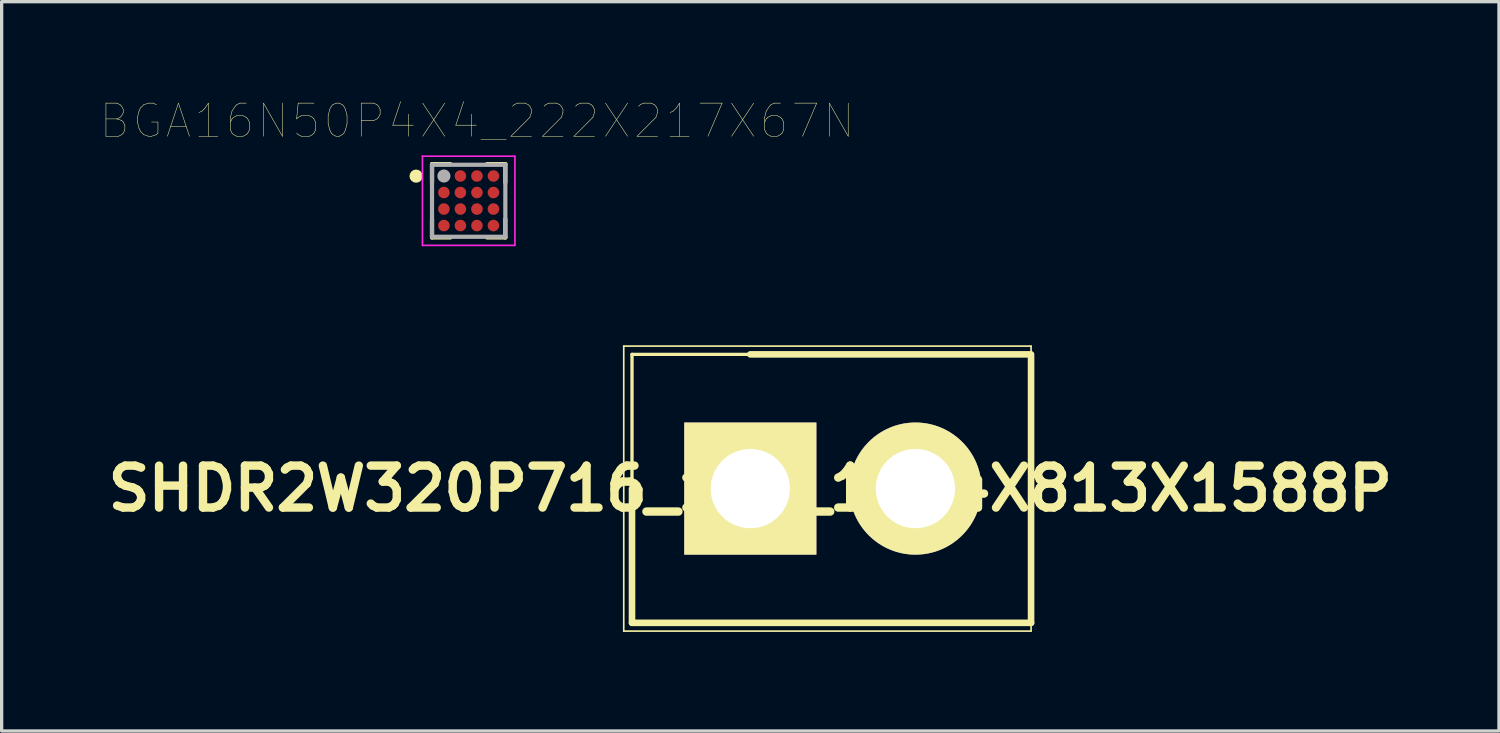
<source format=kicad_pcb>
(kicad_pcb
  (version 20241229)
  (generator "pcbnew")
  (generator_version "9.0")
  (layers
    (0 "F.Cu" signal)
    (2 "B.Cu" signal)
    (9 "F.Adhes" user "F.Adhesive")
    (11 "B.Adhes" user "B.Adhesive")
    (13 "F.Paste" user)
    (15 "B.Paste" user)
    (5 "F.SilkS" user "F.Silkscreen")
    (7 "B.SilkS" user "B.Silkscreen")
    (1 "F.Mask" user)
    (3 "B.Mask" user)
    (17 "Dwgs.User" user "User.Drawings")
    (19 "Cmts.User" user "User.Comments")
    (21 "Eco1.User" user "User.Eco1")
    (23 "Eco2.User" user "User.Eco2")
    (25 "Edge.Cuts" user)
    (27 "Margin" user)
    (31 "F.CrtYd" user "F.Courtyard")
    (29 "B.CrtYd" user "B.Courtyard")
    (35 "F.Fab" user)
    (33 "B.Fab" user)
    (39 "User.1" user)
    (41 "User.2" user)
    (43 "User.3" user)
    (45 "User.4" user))
  (footprint "SHDR2W320P716_1X2_1574X813X1588P"
    (layer "F.Cu")
    (at 19.667 11.743)
    (property "Reference" "SHDR2W320P716_1X2_1574X813X1588P" (at 0 0 0) (unlocked yes) (layer "F.SilkS") (effects (font (size 1.27 1.27) (thickness 0.254))))
    (attr through_hole)
    (fp_line (start -3.832 -4.314) (end 8.5 -4.314) (stroke (width 0.05) (type solid)) (layer "F.SilkS"))
    (fp_line (start -3.832 4.314) (end -3.832 -4.314) (stroke (width 0.05) (type solid)) (layer "F.SilkS"))
    (fp_line (start -3.582 -4.064) (end 8.5 -4.064) (stroke (width 0.1) (type solid)) (layer "F.SilkS"))
    (fp_line (start -3.582 4.064) (end -3.582 -4.064) (stroke (width 0.1) (type solid)) (layer "F.SilkS"))
    (fp_line (start -3.582 4.064) (end -3.582 0) (stroke (width 0.2) (type solid)) (layer "F.SilkS"))
    (fp_line (start 0 -4.064) (end 8.5 -4.064) (stroke (width 0.2) (type solid)) (layer "F.SilkS"))
    (fp_line (start 8.5 -4.314) (end 8.5 4.314) (stroke (width 0.05) (type solid)) (layer "F.SilkS"))
    (fp_line (start 8.5 -4.064) (end 8.5 4.064) (stroke (width 0.1) (type solid)) (layer "F.SilkS"))
    (fp_line (start 8.5 -4) (end 8.5 4.064) (stroke (width 0.2) (type solid)) (layer "F.SilkS"))
    (fp_line (start 8.5 4.064) (end -3.582 4.064) (stroke (width 0.1) (type solid)) (layer "F.SilkS"))
    (fp_line (start 8.5 4.064) (end -3.582 4.064) (stroke (width 0.2) (type solid)) (layer "F.SilkS"))
    (fp_line (start 8.5 4.314) (end -3.832 4.314) (stroke (width 0.05) (type solid)) (layer "F.SilkS"))
    (pad "1" thru_hole rect (at 0 0 90) (size 4 4) (drill 2.4) (layers "*.Cu" "*.Mask" "F.SilkS"))
    (pad "2" thru_hole circle (at 5 0 90) (size 4 4) (drill 2.4) (layers "*.Cu" "*.Mask" "F.SilkS")))
  (footprint "BGA16N50P4X4_222X217X67N"
    (layer "F.Cu")
    (at 11.14 3.029)
    (property "Reference" "BGA16N50P4X4_222X217X67N" (at 0.254 -2.417 0) (layer "F.SilkS") (effects (font (size 1.002 1.002) (thickness 0.015))))
    (attr through_hole)
    (fp_line (start -1.11 -1.11) (end -1.11 -0.555) (stroke (width 0.127) (type solid)) (layer "F.SilkS"))
    (fp_line (start -1.11 0.555) (end -1.11 1.11) (stroke (width 0.127) (type solid)) (layer "F.SilkS"))
    (fp_line (start -1.11 1.11) (end -0.555 1.11) (stroke (width 0.127) (type solid)) (layer "F.SilkS"))
    (fp_line (start -0.555 -1.11) (end -1.11 -1.11) (stroke (width 0.127) (type solid)) (layer "F.SilkS"))
    (fp_line (start 0.555 -1.11) (end 1.11 -1.11) (stroke (width 0.127) (type solid)) (layer "F.SilkS"))
    (fp_line (start 1.11 -1.11) (end 1.11 -0.555) (stroke (width 0.127) (type solid)) (layer "F.SilkS"))
    (fp_line (start 1.11 0.555) (end 1.11 1.11) (stroke (width 0.127) (type solid)) (layer "F.SilkS"))
    (fp_line (start 1.11 1.11) (end 0.555 1.11) (stroke (width 0.127) (type solid)) (layer "F.SilkS"))
    (fp_circle (center -1.592 -0.746) (end -1.492 -0.746) (stroke (width 0.2) (type solid)) (fill no) (layer "F.SilkS"))
    (fp_line (start -1.4 -1.35) (end 1.4 -1.35) (stroke (width 0.05) (type solid)) (layer "F.CrtYd"))
    (fp_line (start -1.4 1.35) (end -1.4 -1.35) (stroke (width 0.05) (type solid)) (layer "F.CrtYd"))
    (fp_line (start 1.4 -1.35) (end 1.4 1.35) (stroke (width 0.05) (type solid)) (layer "F.CrtYd"))
    (fp_line (start 1.4 1.35) (end -1.4 1.35) (stroke (width 0.05) (type solid)) (layer "F.CrtYd"))
    (fp_line (start -1.11 -1.09) (end 1.11 -1.09) (stroke (width 0.127) (type solid)) (layer "F.Fab"))
    (fp_line (start -1.11 1.09) (end -1.11 -1.09) (stroke (width 0.127) (type solid)) (layer "F.Fab"))
    (fp_line (start 1.11 -1.09) (end 1.11 1.09) (stroke (width 0.127) (type solid)) (layer "F.Fab"))
    (fp_line (start 1.11 1.09) (end -1.11 1.09) (stroke (width 0.127) (type solid)) (layer "F.Fab"))
    (fp_circle (center -0.75 -0.75) (end -0.65 -0.75) (stroke (width 0.2) (type solid)) (fill no) (layer "F.Fab"))
    (pad "A1" smd circle (at -0.75 -0.75) (size 0.35 0.35) (layers "F.Cu" "F.Mask" "F.Paste"))
    (pad "A2" smd circle (at -0.25 -0.75) (size 0.35 0.35) (layers "F.Cu" "F.Mask" "F.Paste"))
    (pad "A3" smd circle (at 0.25 -0.75) (size 0.35 0.35) (layers "F.Cu" "F.Mask" "F.Paste"))
    (pad "A4" smd circle (at 0.75 -0.75) (size 0.35 0.35) (layers "F.Cu" "F.Mask" "F.Paste"))
    (pad "B1" smd circle (at -0.75 -0.25) (size 0.35 0.35) (layers "F.Cu" "F.Mask" "F.Paste"))
    (pad "B2" smd circle (at -0.25 -0.25) (size 0.35 0.35) (layers "F.Cu" "F.Mask" "F.Paste"))
    (pad "B3" smd circle (at 0.25 -0.25) (size 0.35 0.35) (layers "F.Cu" "F.Mask" "F.Paste"))
    (pad "B4" smd circle (at 0.75 -0.25) (size 0.35 0.35) (layers "F.Cu" "F.Mask" "F.Paste"))
    (pad "C1" smd circle (at -0.75 0.25) (size 0.35 0.35) (layers "F.Cu" "F.Mask" "F.Paste"))
    (pad "C2" smd circle (at -0.25 0.25) (size 0.35 0.35) (layers "F.Cu" "F.Mask" "F.Paste"))
    (pad "C3" smd circle (at 0.25 0.25) (size 0.35 0.35) (layers "F.Cu" "F.Mask" "F.Paste"))
    (pad "C4" smd circle (at 0.75 0.25) (size 0.35 0.35) (layers "F.Cu" "F.Mask" "F.Paste"))
    (pad "D1" smd circle (at -0.75 0.75) (size 0.35 0.35) (layers "F.Cu" "F.Mask" "F.Paste"))
    (pad "D2" smd circle (at -0.25 0.75) (size 0.35 0.35) (layers "F.Cu" "F.Mask" "F.Paste"))
    (pad "D3" smd circle (at 0.25 0.75) (size 0.35 0.35) (layers "F.Cu" "F.Mask" "F.Paste"))
    (pad "D4" smd circle (at 0.75 0.75) (size 0.35 0.35) (layers "F.Cu" "F.Mask" "F.Paste")))
  (gr_rect
    (start -3 -3)
    (end 42.334 19.082)
    (stroke (width 0.1) (type default))
    (fill no)
    (layer "Edge.Cuts")))
</source>
